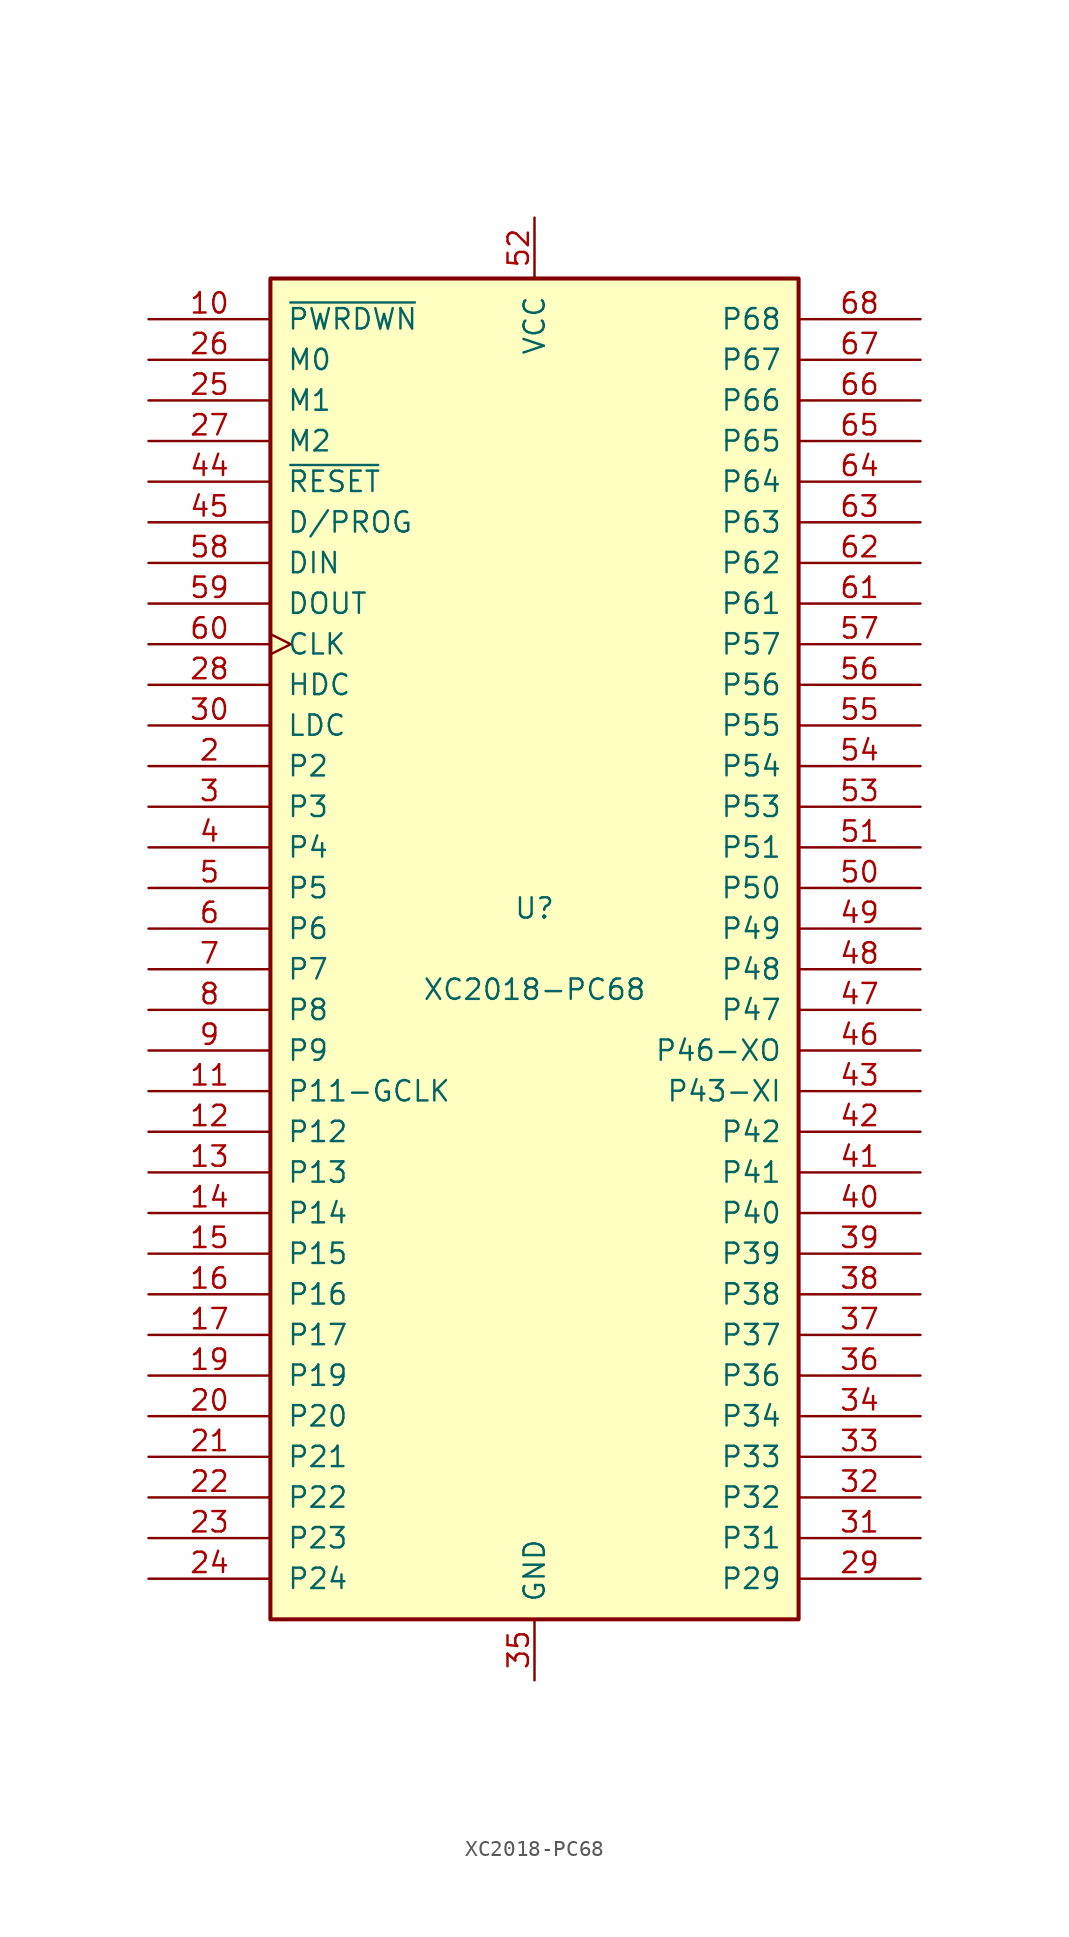
<source format=kicad_sym>
(kicad_symbol_lib
  (version 20231120)
  (generator "kicad_symbol_editor")
  (generator_version "8.0")
  (symbol "XC2018-PC68"
    (pin_names
      (offset 1.016))
    (property "Reference" "U"
      (at 0 2.54 0)
      (effects (font (size 1.27 1.27))))
    (property "Value" "XC2018-PC68"
      (at 0 -2.54 0)
      (effects (font (size 1.27 1.27))))
    (symbol "XC2018-PC68_0_1"
      (rectangle (start -16.51 -41.91) (end 16.51 41.91) (stroke (width 0.254) (type default)) (fill (type background))))
    (symbol "XC2018-PC68_1_1"
      (pin passive line (at 0 -45.72 90) (length 3.81) hide (name "GND" (effects (font (size 1.27 1.27)))) (number "1" (effects (font (size 1.27 1.27)))))
      (pin input line (at -24.13 39.37 0) (length 7.62) (name "~{PWRDWN}" (effects (font (size 1.27 1.27)))) (number "10" (effects (font (size 1.27 1.27)))))
      (pin passive line (at -24.13 -8.89 0) (length 7.62) (name "P11-GCLK" (effects (font (size 1.27 1.27)))) (number "11" (effects (font (size 1.27 1.27)))))
      (pin passive line (at -24.13 -11.43 0) (length 7.62) (name "P12" (effects (font (size 1.27 1.27)))) (number "12" (effects (font (size 1.27 1.27)))))
      (pin passive line (at -24.13 -13.97 0) (length 7.62) (name "P13" (effects (font (size 1.27 1.27)))) (number "13" (effects (font (size 1.27 1.27)))))
      (pin passive line (at -24.13 -16.51 0) (length 7.62) (name "P14" (effects (font (size 1.27 1.27)))) (number "14" (effects (font (size 1.27 1.27)))))
      (pin passive line (at -24.13 -19.05 0) (length 7.62) (name "P15" (effects (font (size 1.27 1.27)))) (number "15" (effects (font (size 1.27 1.27)))))
      (pin passive line (at -24.13 -21.59 0) (length 7.62) (name "P16" (effects (font (size 1.27 1.27)))) (number "16" (effects (font (size 1.27 1.27)))))
      (pin passive line (at -24.13 -24.13 0) (length 7.62) (name "P17" (effects (font (size 1.27 1.27)))) (number "17" (effects (font (size 1.27 1.27)))))
      (pin passive line (at 0 45.72 270) (length 3.81) hide (name "VCC" (effects (font (size 1.27 1.27)))) (number "18" (effects (font (size 1.27 1.27)))))
      (pin passive line (at -24.13 -26.67 0) (length 7.62) (name "P19" (effects (font (size 1.27 1.27)))) (number "19" (effects (font (size 1.27 1.27)))))
      (pin passive line (at -24.13 11.43 0) (length 7.62) (name "P2" (effects (font (size 1.27 1.27)))) (number "2" (effects (font (size 1.27 1.27)))))
      (pin passive line (at -24.13 -29.21 0) (length 7.62) (name "P20" (effects (font (size 1.27 1.27)))) (number "20" (effects (font (size 1.27 1.27)))))
      (pin passive line (at -24.13 -31.75 0) (length 7.62) (name "P21" (effects (font (size 1.27 1.27)))) (number "21" (effects (font (size 1.27 1.27)))))
      (pin passive line (at -24.13 -34.29 0) (length 7.62) (name "P22" (effects (font (size 1.27 1.27)))) (number "22" (effects (font (size 1.27 1.27)))))
      (pin passive line (at -24.13 -36.83 0) (length 7.62) (name "P23" (effects (font (size 1.27 1.27)))) (number "23" (effects (font (size 1.27 1.27)))))
      (pin passive line (at -24.13 -39.37 0) (length 7.62) (name "P24" (effects (font (size 1.27 1.27)))) (number "24" (effects (font (size 1.27 1.27)))))
      (pin input line (at -24.13 34.29 0) (length 7.62) (name "M1" (effects (font (size 1.27 1.27)))) (number "25" (effects (font (size 1.27 1.27)))))
      (pin input line (at -24.13 36.83 0) (length 7.62) (name "M0" (effects (font (size 1.27 1.27)))) (number "26" (effects (font (size 1.27 1.27)))))
      (pin bidirectional line (at -24.13 31.75 0) (length 7.62) (name "M2" (effects (font (size 1.27 1.27)))) (number "27" (effects (font (size 1.27 1.27)))))
      (pin output line (at -24.13 16.51 0) (length 7.62) (name "HDC" (effects (font (size 1.27 1.27)))) (number "28" (effects (font (size 1.27 1.27)))))
      (pin passive line (at 24.13 -39.37 180) (length 7.62) (name "P29" (effects (font (size 1.27 1.27)))) (number "29" (effects (font (size 1.27 1.27)))))
      (pin passive line (at -24.13 8.89 0) (length 7.62) (name "P3" (effects (font (size 1.27 1.27)))) (number "3" (effects (font (size 1.27 1.27)))))
      (pin output line (at -24.13 13.97 0) (length 7.62) (name "LDC" (effects (font (size 1.27 1.27)))) (number "30" (effects (font (size 1.27 1.27)))))
      (pin passive line (at 24.13 -36.83 180) (length 7.62) (name "P31" (effects (font (size 1.27 1.27)))) (number "31" (effects (font (size 1.27 1.27)))))
      (pin passive line (at 24.13 -34.29 180) (length 7.62) (name "P32" (effects (font (size 1.27 1.27)))) (number "32" (effects (font (size 1.27 1.27)))))
      (pin passive line (at 24.13 -31.75 180) (length 7.62) (name "P33" (effects (font (size 1.27 1.27)))) (number "33" (effects (font (size 1.27 1.27)))))
      (pin passive line (at 24.13 -29.21 180) (length 7.62) (name "P34" (effects (font (size 1.27 1.27)))) (number "34" (effects (font (size 1.27 1.27)))))
      (pin power_in line (at 0 -45.72 90) (length 3.81) (name "GND" (effects (font (size 1.27 1.27)))) (number "35" (effects (font (size 1.27 1.27)))))
      (pin passive line (at 24.13 -26.67 180) (length 7.62) (name "P36" (effects (font (size 1.27 1.27)))) (number "36" (effects (font (size 1.27 1.27)))))
      (pin passive line (at 24.13 -24.13 180) (length 7.62) (name "P37" (effects (font (size 1.27 1.27)))) (number "37" (effects (font (size 1.27 1.27)))))
      (pin passive line (at 24.13 -21.59 180) (length 7.62) (name "P38" (effects (font (size 1.27 1.27)))) (number "38" (effects (font (size 1.27 1.27)))))
      (pin passive line (at 24.13 -19.05 180) (length 7.62) (name "P39" (effects (font (size 1.27 1.27)))) (number "39" (effects (font (size 1.27 1.27)))))
      (pin passive line (at -24.13 6.35 0) (length 7.62) (name "P4" (effects (font (size 1.27 1.27)))) (number "4" (effects (font (size 1.27 1.27)))))
      (pin passive line (at 24.13 -16.51 180) (length 7.62) (name "P40" (effects (font (size 1.27 1.27)))) (number "40" (effects (font (size 1.27 1.27)))))
      (pin passive line (at 24.13 -13.97 180) (length 7.62) (name "P41" (effects (font (size 1.27 1.27)))) (number "41" (effects (font (size 1.27 1.27)))))
      (pin passive line (at 24.13 -11.43 180) (length 7.62) (name "P42" (effects (font (size 1.27 1.27)))) (number "42" (effects (font (size 1.27 1.27)))))
      (pin passive line (at 24.13 -8.89 180) (length 7.62) (name "P43-XI" (effects (font (size 1.27 1.27)))) (number "43" (effects (font (size 1.27 1.27)))))
      (pin input line (at -24.13 29.21 0) (length 7.62) (name "~{RESET}" (effects (font (size 1.27 1.27)))) (number "44" (effects (font (size 1.27 1.27)))))
      (pin bidirectional line (at -24.13 26.67 0) (length 7.62) (name "D/PROG" (effects (font (size 1.27 1.27)))) (number "45" (effects (font (size 1.27 1.27)))))
      (pin passive line (at 24.13 -6.35 180) (length 7.62) (name "P46-XO" (effects (font (size 1.27 1.27)))) (number "46" (effects (font (size 1.27 1.27)))))
      (pin passive line (at 24.13 -3.81 180) (length 7.62) (name "P47" (effects (font (size 1.27 1.27)))) (number "47" (effects (font (size 1.27 1.27)))))
      (pin passive line (at 24.13 -1.27 180) (length 7.62) (name "P48" (effects (font (size 1.27 1.27)))) (number "48" (effects (font (size 1.27 1.27)))))
      (pin passive line (at 24.13 1.27 180) (length 7.62) (name "P49" (effects (font (size 1.27 1.27)))) (number "49" (effects (font (size 1.27 1.27)))))
      (pin passive line (at -24.13 3.81 0) (length 7.62) (name "P5" (effects (font (size 1.27 1.27)))) (number "5" (effects (font (size 1.27 1.27)))))
      (pin passive line (at 24.13 3.81 180) (length 7.62) (name "P50" (effects (font (size 1.27 1.27)))) (number "50" (effects (font (size 1.27 1.27)))))
      (pin passive line (at 24.13 6.35 180) (length 7.62) (name "P51" (effects (font (size 1.27 1.27)))) (number "51" (effects (font (size 1.27 1.27)))))
      (pin power_in line (at 0 45.72 270) (length 3.81) (name "VCC" (effects (font (size 1.27 1.27)))) (number "52" (effects (font (size 1.27 1.27)))))
      (pin passive line (at 24.13 8.89 180) (length 7.62) (name "P53" (effects (font (size 1.27 1.27)))) (number "53" (effects (font (size 1.27 1.27)))))
      (pin passive line (at 24.13 11.43 180) (length 7.62) (name "P54" (effects (font (size 1.27 1.27)))) (number "54" (effects (font (size 1.27 1.27)))))
      (pin passive line (at 24.13 13.97 180) (length 7.62) (name "P55" (effects (font (size 1.27 1.27)))) (number "55" (effects (font (size 1.27 1.27)))))
      (pin passive line (at 24.13 16.51 180) (length 7.62) (name "P56" (effects (font (size 1.27 1.27)))) (number "56" (effects (font (size 1.27 1.27)))))
      (pin passive line (at 24.13 19.05 180) (length 7.62) (name "P57" (effects (font (size 1.27 1.27)))) (number "57" (effects (font (size 1.27 1.27)))))
      (pin bidirectional line (at -24.13 24.13 0) (length 7.62) (name "DIN" (effects (font (size 1.27 1.27)))) (number "58" (effects (font (size 1.27 1.27)))))
      (pin bidirectional line (at -24.13 21.59 0) (length 7.62) (name "DOUT" (effects (font (size 1.27 1.27)))) (number "59" (effects (font (size 1.27 1.27)))))
      (pin passive line (at -24.13 1.27 0) (length 7.62) (name "P6" (effects (font (size 1.27 1.27)))) (number "6" (effects (font (size 1.27 1.27)))))
      (pin input clock (at -24.13 19.05 0) (length 7.62) (name "CLK" (effects (font (size 1.27 1.27)))) (number "60" (effects (font (size 1.27 1.27)))))
      (pin passive line (at 24.13 21.59 180) (length 7.62) (name "P61" (effects (font (size 1.27 1.27)))) (number "61" (effects (font (size 1.27 1.27)))))
      (pin passive line (at 24.13 24.13 180) (length 7.62) (name "P62" (effects (font (size 1.27 1.27)))) (number "62" (effects (font (size 1.27 1.27)))))
      (pin passive line (at 24.13 26.67 180) (length 7.62) (name "P63" (effects (font (size 1.27 1.27)))) (number "63" (effects (font (size 1.27 1.27)))))
      (pin passive line (at 24.13 29.21 180) (length 7.62) (name "P64" (effects (font (size 1.27 1.27)))) (number "64" (effects (font (size 1.27 1.27)))))
      (pin passive line (at 24.13 31.75 180) (length 7.62) (name "P65" (effects (font (size 1.27 1.27)))) (number "65" (effects (font (size 1.27 1.27)))))
      (pin passive line (at 24.13 34.29 180) (length 7.62) (name "P66" (effects (font (size 1.27 1.27)))) (number "66" (effects (font (size 1.27 1.27)))))
      (pin passive line (at 24.13 36.83 180) (length 7.62) (name "P67" (effects (font (size 1.27 1.27)))) (number "67" (effects (font (size 1.27 1.27)))))
      (pin passive line (at 24.13 39.37 180) (length 7.62) (name "P68" (effects (font (size 1.27 1.27)))) (number "68" (effects (font (size 1.27 1.27)))))
      (pin passive line (at -24.13 -1.27 0) (length 7.62) (name "P7" (effects (font (size 1.27 1.27)))) (number "7" (effects (font (size 1.27 1.27)))))
      (pin passive line (at -24.13 -3.81 0) (length 7.62) (name "P8" (effects (font (size 1.27 1.27)))) (number "8" (effects (font (size 1.27 1.27)))))
      (pin passive line (at -24.13 -6.35 0) (length 7.62) (name "P9" (effects (font (size 1.27 1.27)))) (number "9" (effects (font (size 1.27 1.27))))))))
</source>
